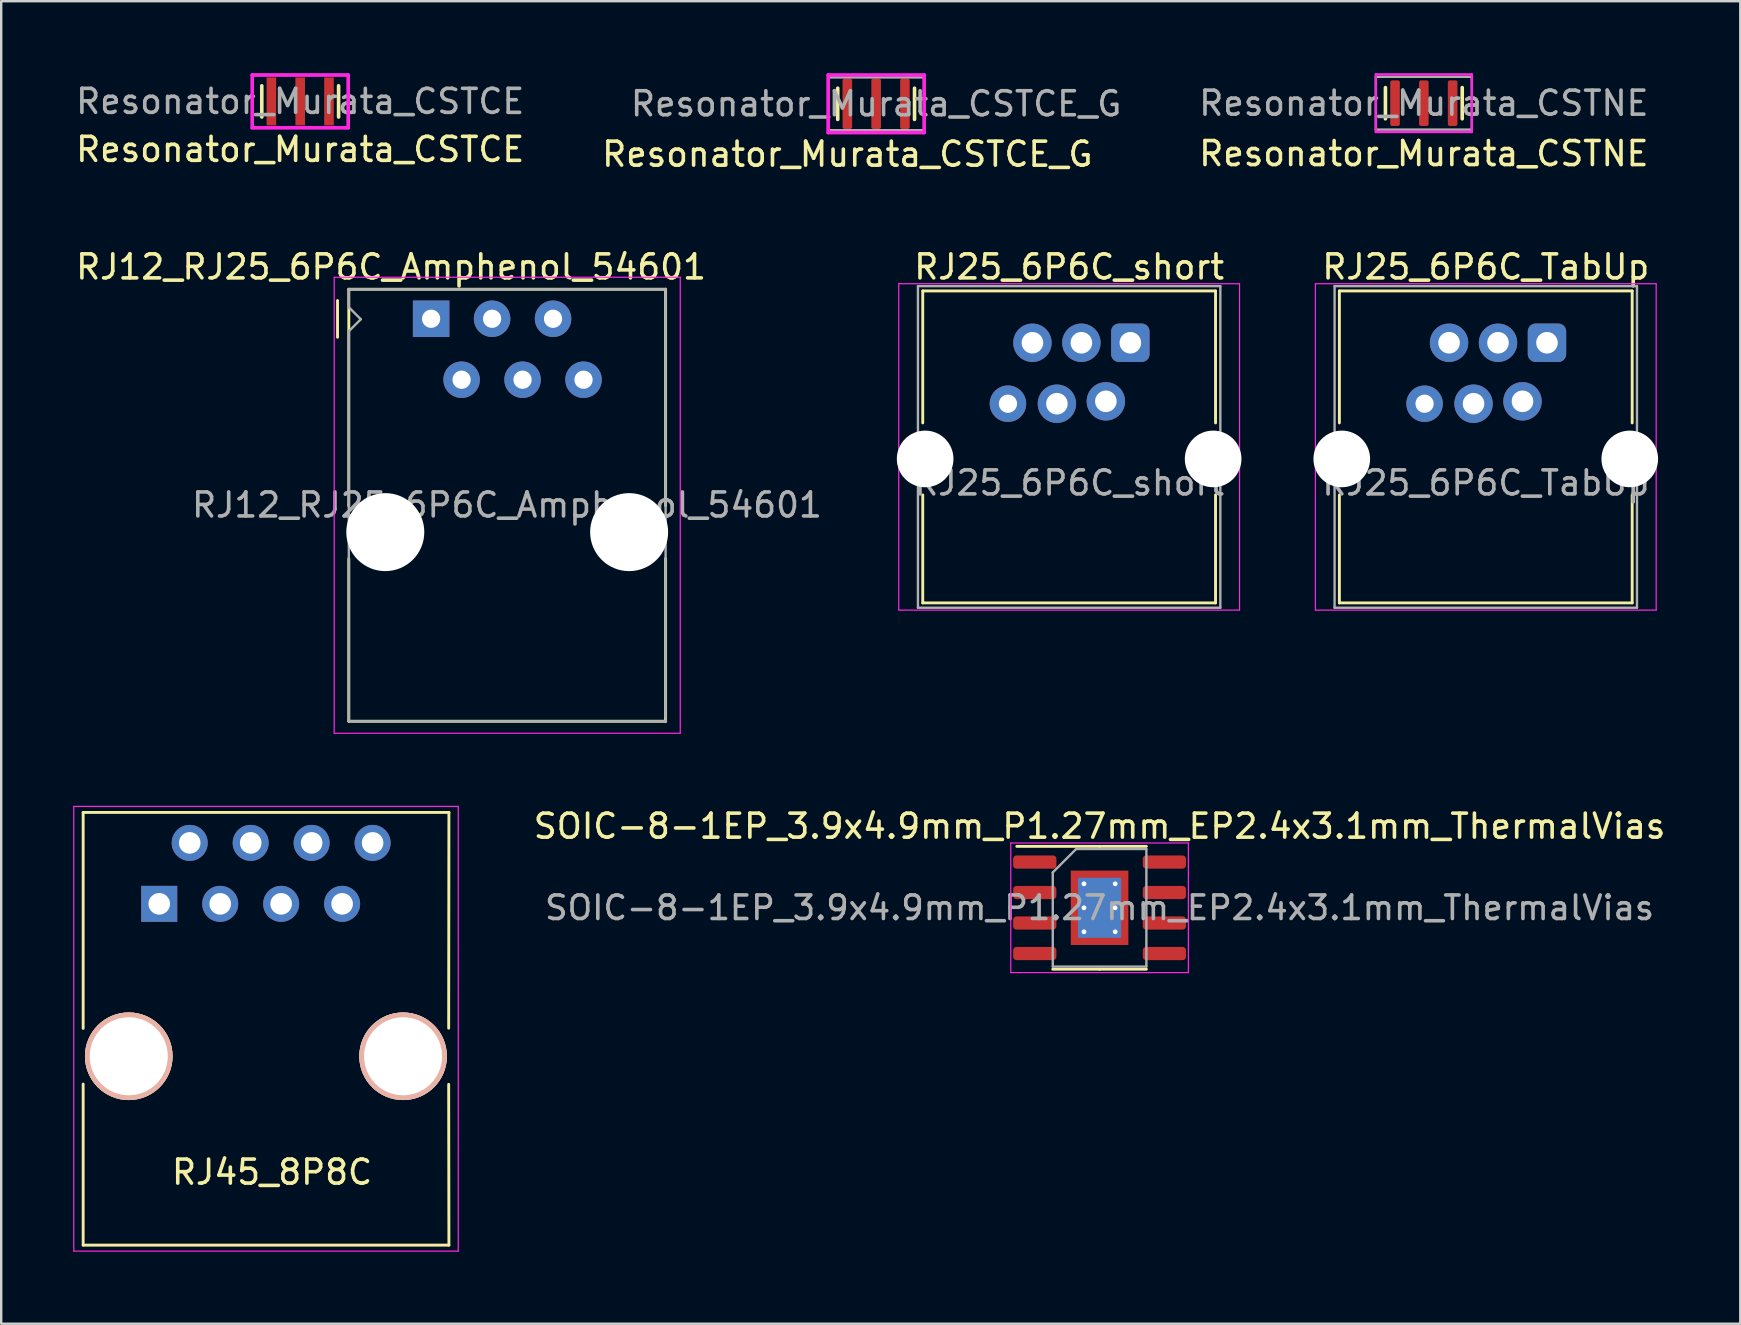
<source format=kicad_pcb>
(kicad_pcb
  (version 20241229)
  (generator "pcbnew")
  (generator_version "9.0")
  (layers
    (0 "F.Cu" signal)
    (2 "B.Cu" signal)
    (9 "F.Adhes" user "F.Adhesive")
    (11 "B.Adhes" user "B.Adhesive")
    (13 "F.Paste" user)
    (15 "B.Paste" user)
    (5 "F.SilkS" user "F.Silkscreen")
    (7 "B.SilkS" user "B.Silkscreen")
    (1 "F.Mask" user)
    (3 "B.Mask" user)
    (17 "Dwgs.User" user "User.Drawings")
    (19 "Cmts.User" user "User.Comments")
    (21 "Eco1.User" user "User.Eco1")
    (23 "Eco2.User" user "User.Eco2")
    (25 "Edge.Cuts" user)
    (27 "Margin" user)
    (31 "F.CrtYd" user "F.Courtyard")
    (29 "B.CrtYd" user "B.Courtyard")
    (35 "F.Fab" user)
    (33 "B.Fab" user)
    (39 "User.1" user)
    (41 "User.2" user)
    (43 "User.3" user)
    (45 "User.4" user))
  (footprint "Resonator_Murata_CSTNE"
    (layer "F.Cu")
    (at 56.277 1.25)
    (property "Reference" "Resonator_Murata_CSTNE" (at 0 2.1 0) (layer "F.SilkS") (effects (font (size 1 1) (thickness 0.15))))
    (attr through_hole)
    (fp_line (start -1.6 -0.65) (end -1.6 0.65) (stroke (width 0.15) (type solid)) (layer "F.SilkS"))
    (fp_line (start 1.6 -0.65) (end 1.6 0.65) (stroke (width 0.15) (type solid)) (layer "F.SilkS"))
    (fp_line (start -2 -1.2) (end 2 -1.2) (stroke (width 0.1) (type solid)) (layer "F.CrtYd"))
    (fp_line (start -2 1.2) (end -2 -1.2) (stroke (width 0.1) (type solid)) (layer "F.CrtYd"))
    (fp_line (start 2 -1.2) (end 2 1.2) (stroke (width 0.1) (type solid)) (layer "F.CrtYd"))
    (fp_line (start 2 1.2) (end -2 1.2) (stroke (width 0.1) (type solid)) (layer "F.CrtYd"))
    (fp_line (start -2 -1.1) (end 2 -1.1) (stroke (width 0.1) (type solid)) (layer "F.Fab"))
    (fp_line (start -2 1.1) (end -2 -1.1) (stroke (width 0.1) (type solid)) (layer "F.Fab"))
    (fp_line (start 2 -1.1) (end 2 1.1) (stroke (width 0.1) (type solid)) (layer "F.Fab"))
    (fp_line (start 2 1.1) (end -2 1.1) (stroke (width 0.1) (type solid)) (layer "F.Fab"))
    (fp_text user "${REFERENCE}" (at 0 0 0) (layer "F.Fab") (effects (font (size 1 1) (thickness 0.15))))
    (pad "1" smd roundrect (at -1.2 0) (size 0.4 1.9) (layers "F.Cu" "F.Mask" "F.Paste") (roundrect_rratio 0.2))
    (pad "2" smd roundrect (at 0 0) (size 0.4 1.9) (layers "F.Cu" "F.Mask" "F.Paste") (roundrect_rratio 0.2))
    (pad "3" smd roundrect (at 1.2 0) (size 0.4 1.9) (layers "F.Cu" "F.Mask" "F.Paste") (roundrect_rratio 0.2)))
  (footprint "RJ12_RJ25_6P6C_Amphenol_54601"
    (layer "F.Cu")
    (at 14.914 10.232)
    (property "Reference" "RJ12_RJ25_6P6C_Amphenol_54601" (at -1.67 -2.16 0) (layer "F.SilkS") (effects (font (size 1 1) (thickness 0.15))))
    (attr through_hole)
    (fp_line (start -3.9 0.77) (end -3.9 -0.76) (stroke (width 0.12) (type solid)) (layer "F.SilkS"))
    (fp_line (start -3.43 -1.23) (end 9.77 -1.23) (stroke (width 0.12) (type solid)) (layer "F.SilkS"))
    (fp_line (start -3.43 7.72) (end -3.43 7.79) (stroke (width 0.1) (type solid)) (layer "F.SilkS"))
    (fp_line (start -3.43 7.79) (end -3.43 -1.23) (stroke (width 0.12) (type solid)) (layer "F.SilkS"))
    (fp_line (start -3.43 16.77) (end -3.43 9.99) (stroke (width 0.12) (type solid)) (layer "F.SilkS"))
    (fp_line (start 9.77 -1.23) (end 9.77 7.79) (stroke (width 0.12) (type solid)) (layer "F.SilkS"))
    (fp_line (start 9.77 16.65) (end 9.77 16.77) (stroke (width 0.1) (type solid)) (layer "F.SilkS"))
    (fp_line (start 9.77 16.76) (end 9.77 16.77) (stroke (width 0.1) (type solid)) (layer "F.SilkS"))
    (fp_line (start 9.77 16.77) (end -3.43 16.77) (stroke (width 0.12) (type solid)) (layer "F.SilkS"))
    (fp_line (start 9.77 16.77) (end 9.77 9.99) (stroke (width 0.12) (type solid)) (layer "F.SilkS"))
    (fp_line (start -4.04 -1.73) (end 10.38 -1.73) (stroke (width 0.05) (type solid)) (layer "F.CrtYd"))
    (fp_line (start -4.04 17.27) (end -4.04 -1.73) (stroke (width 0.05) (type solid)) (layer "F.CrtYd"))
    (fp_line (start 10.38 -1.73) (end 10.38 17.27) (stroke (width 0.05) (type solid)) (layer "F.CrtYd"))
    (fp_line (start 10.38 17.27) (end -4.04 17.27) (stroke (width 0.05) (type solid)) (layer "F.CrtYd"))
    (fp_line (start -3.43 -1.23) (end 9.77 -1.23) (stroke (width 0.1) (type solid)) (layer "F.Fab"))
    (fp_line (start -3.43 -0.48) (end -3.43 -1.23) (stroke (width 0.1) (type solid)) (layer "F.Fab"))
    (fp_line (start -3.43 0.52) (end -2.93 0.02) (stroke (width 0.1) (type solid)) (layer "F.Fab"))
    (fp_line (start -3.43 16.77) (end -3.43 0.52) (stroke (width 0.1) (type solid)) (layer "F.Fab"))
    (fp_line (start -2.93 0.02) (end -3.43 -0.48) (stroke (width 0.1) (type solid)) (layer "F.Fab"))
    (fp_line (start 9.77 -1.23) (end 9.77 16.77) (stroke (width 0.1) (type solid)) (layer "F.Fab"))
    (fp_line (start 9.77 16.77) (end -3.43 16.77) (stroke (width 0.1) (type solid)) (layer "F.Fab"))
    (fp_text user "${REFERENCE}" (at 3.16 7.76 0) (layer "F.Fab") (effects (font (size 1 1) (thickness 0.15))))
    (pad "" np_thru_hole circle (at -1.91 8.89) (size 3.25 3.25) (drill 3.25) (layers "*.Cu" "*.Mask"))
    (pad "" np_thru_hole circle (at 8.25 8.89) (size 3.25 3.25) (drill 3.25) (layers "*.Cu" "*.Mask"))
    (pad "1" thru_hole rect (at 0 0) (size 1.52 1.52) (drill 0.76) (layers "*.Cu" "*.Mask"))
    (pad "2" thru_hole circle (at 1.27 2.54) (size 1.52 1.52) (drill 0.76) (layers "*.Cu" "*.Mask"))
    (pad "3" thru_hole circle (at 2.54 0) (size 1.52 1.52) (drill 0.76) (layers "*.Cu" "*.Mask"))
    (pad "4" thru_hole circle (at 3.81 2.54) (size 1.52 1.52) (drill 0.76) (layers "*.Cu" "*.Mask"))
    (pad "5" thru_hole circle (at 5.08 0) (size 1.52 1.52) (drill 0.76) (layers "*.Cu" "*.Mask"))
    (pad "6" thru_hole circle (at 6.35 2.54) (size 1.52 1.52) (drill 0.76) (layers "*.Cu" "*.Mask")))
  (footprint "RJ25_6P6C_TabUp"
    (layer "F.Cu")
    (at 58.858 16.072)
    (property "Reference" "RJ25_6P6C_TabUp" (at 0 -8 0) (layer "F.SilkS") (effects (font (size 1 1) (thickness 0.15))))
    (attr through_hole)
    (fp_line (start -6.1 -7) (end 6.1 -7) (stroke (width 0.12) (type solid)) (layer "F.SilkS"))
    (fp_line (start -6.1 -1.5) (end -6.1 -7) (stroke (width 0.12) (type solid)) (layer "F.SilkS"))
    (fp_line (start -6.1 6) (end -6.1 1.5) (stroke (width 0.12) (type solid)) (layer "F.SilkS"))
    (fp_line (start 6.1 -1.5) (end 6.1 -7) (stroke (width 0.12) (type solid)) (layer "F.SilkS"))
    (fp_line (start 6.1 1.5) (end 6.1 6) (stroke (width 0.12) (type solid)) (layer "F.SilkS"))
    (fp_line (start 6.1 6) (end -6.1 6) (stroke (width 0.12) (type solid)) (layer "F.SilkS"))
    (fp_line (start -7.1 -7.3) (end 7.1 -7.3) (stroke (width 0.05) (type solid)) (layer "F.CrtYd"))
    (fp_line (start -7.1 6.3) (end -7.1 -7.3) (stroke (width 0.05) (type solid)) (layer "F.CrtYd"))
    (fp_line (start 7.1 -7.3) (end 7.1 6.3) (stroke (width 0.05) (type solid)) (layer "F.CrtYd"))
    (fp_line (start 7.1 6.3) (end -7.1 6.3) (stroke (width 0.05) (type solid)) (layer "F.CrtYd"))
    (fp_line (start -6.3 -7.2) (end 6.3 -7.2) (stroke (width 0.1) (type solid)) (layer "F.Fab"))
    (fp_line (start -6.3 6.2) (end -6.3 -7.2) (stroke (width 0.1) (type solid)) (layer "F.Fab"))
    (fp_line (start 6.3 -7.2) (end 6.3 6.2) (stroke (width 0.1) (type solid)) (layer "F.Fab"))
    (fp_line (start 6.3 6.2) (end -6.3 6.2) (stroke (width 0.1) (type solid)) (layer "F.Fab"))
    (fp_text user "${REFERENCE}" (at 0 1 0) (layer "F.Fab") (effects (font (size 1 1) (thickness 0.15))))
    (pad "" np_thru_hole circle (at -6 0) (size 2.36 2.36) (drill 2.36) (layers "*.Cu" "*.Mask"))
    (pad "" np_thru_hole circle (at 6 0) (size 2.36 2.36) (drill 2.36) (layers "*.Cu" "*.Mask"))
    (pad "1" thru_hole roundrect (at 2.55 -4.84) (size 1.6 1.6) (drill 0.9) (layers "*.Cu" "*.Mask") (roundrect_rratio 0.2))
    (pad "2" thru_hole circle (at 1.53 -2.4) (size 1.6 1.6) (drill 0.9) (layers "*.Cu" "*.Mask"))
    (pad "3" thru_hole circle (at 0.51 -4.84) (size 1.6 1.6) (drill 0.9) (layers "*.Cu" "*.Mask"))
    (pad "4" thru_hole circle (at -0.51 -2.3) (size 1.6 1.6) (drill 0.9) (layers "*.Cu" "*.Mask"))
    (pad "5" thru_hole circle (at -1.53 -4.84) (size 1.6 1.6) (drill 0.9) (layers "*.Cu" "*.Mask"))
    (pad "6" thru_hole circle (at -2.55 -2.3) (size 1.52 1.52) (drill 0.76) (layers "*.Cu" "*.Mask")))
  (footprint "RJ45_8P8C"
    (placed yes)
    (layer "F.Cu")
    (at 8.03 37.151)
    (property "Reference" "RJ45_8P8C" (at 0.255 8.64 0) (layer "F.SilkS") (effects (font (size 1 1) (thickness 0.15))))
    (attr through_hole)
    (fp_line (start -7.615 -6.35) (end -7.615 2.65) (stroke (width 0.12) (type solid)) (layer "F.SilkS"))
    (fp_line (start -7.615 4.97) (end -7.615 11.68) (stroke (width 0.12) (type solid)) (layer "F.SilkS"))
    (fp_line (start -7.615 11.68) (end 7.625 11.68) (stroke (width 0.12) (type solid)) (layer "F.SilkS"))
    (fp_line (start 7.615 4.98) (end 7.625 11.68) (stroke (width 0.12) (type solid)) (layer "F.SilkS"))
    (fp_line (start 7.625 -6.35) (end -7.615 -6.35) (stroke (width 0.12) (type solid)) (layer "F.SilkS"))
    (fp_line (start 7.625 -6.35) (end 7.615 2.64) (stroke (width 0.12) (type solid)) (layer "F.SilkS"))
    (fp_line (start -8.005 -6.6) (end -8.005 11.93) (stroke (width 0.05) (type solid)) (layer "F.CrtYd"))
    (fp_line (start -8.005 -6.6) (end 8.015 -6.6) (stroke (width 0.05) (type solid)) (layer "F.CrtYd"))
    (fp_line (start 8.015 11.93) (end -8.005 11.93) (stroke (width 0.05) (type solid)) (layer "F.CrtYd"))
    (fp_line (start 8.015 11.93) (end 8.015 -6.6) (stroke (width 0.05) (type solid)) (layer "F.CrtYd"))
    (pad "" np_thru_hole circle (at -5.715 3.81) (size 3.65 3.65) (drill 3.25) (layers "*.Cu" "*.SilkS" "*.Mask"))
    (pad "" np_thru_hole circle (at 5.715 3.81) (size 3.65 3.65) (drill 3.25) (layers "*.Cu" "*.SilkS" "*.Mask"))
    (pad "1" thru_hole rect (at -4.445 -2.54) (size 1.5 1.5) (drill 0.9) (layers "*.Cu" "*.Mask"))
    (pad "2" thru_hole circle (at -3.175 -5.08) (size 1.5 1.5) (drill 0.9) (layers "*.Cu" "*.Mask"))
    (pad "3" thru_hole circle (at -1.905 -2.54) (size 1.5 1.5) (drill 0.9) (layers "*.Cu" "*.Mask"))
    (pad "4" thru_hole circle (at -0.635 -5.08) (size 1.5 1.5) (drill 0.9) (layers "*.Cu" "*.Mask"))
    (pad "5" thru_hole circle (at 0.635 -2.54) (size 1.5 1.5) (drill 0.9) (layers "*.Cu" "*.Mask"))
    (pad "6" thru_hole circle (at 1.905 -5.08) (size 1.5 1.5) (drill 0.9) (layers "*.Cu" "*.Mask"))
    (pad "7" thru_hole circle (at 3.175 -2.54) (size 1.5 1.5) (drill 0.9) (layers "*.Cu" "*.Mask"))
    (pad "8" thru_hole circle (at 4.445 -5.08) (size 1.5 1.5) (drill 0.9) (layers "*.Cu" "*.Mask")))
  (footprint "RJ25_6P6C_short"
    (layer "F.Cu")
    (at 41.498 16.072)
    (property "Reference" "RJ25_6P6C_short" (at 0 -8 0) (layer "F.SilkS") (effects (font (size 1 1) (thickness 0.15))))
    (attr through_hole)
    (fp_line (start -6.1 -7) (end 6.1 -7) (stroke (width 0.12) (type solid)) (layer "F.SilkS"))
    (fp_line (start -6.1 -1.5) (end -6.1 -7) (stroke (width 0.12) (type solid)) (layer "F.SilkS"))
    (fp_line (start -6.1 6) (end -6.1 1.5) (stroke (width 0.12) (type solid)) (layer "F.SilkS"))
    (fp_line (start 6.1 -1.5) (end 6.1 -7) (stroke (width 0.12) (type solid)) (layer "F.SilkS"))
    (fp_line (start 6.1 1.5) (end 6.1 6) (stroke (width 0.12) (type solid)) (layer "F.SilkS"))
    (fp_line (start 6.1 6) (end -6.1 6) (stroke (width 0.12) (type solid)) (layer "F.SilkS"))
    (fp_line (start -7.1 -7.3) (end 7.1 -7.3) (stroke (width 0.05) (type solid)) (layer "F.CrtYd"))
    (fp_line (start -7.1 6.3) (end -7.1 -7.3) (stroke (width 0.05) (type solid)) (layer "F.CrtYd"))
    (fp_line (start 7.1 -7.3) (end 7.1 6.3) (stroke (width 0.05) (type solid)) (layer "F.CrtYd"))
    (fp_line (start 7.1 6.3) (end -7.1 6.3) (stroke (width 0.05) (type solid)) (layer "F.CrtYd"))
    (fp_line (start -6.3 -7.2) (end 6.3 -7.2) (stroke (width 0.1) (type solid)) (layer "F.Fab"))
    (fp_line (start -6.3 6.2) (end -6.3 -7.2) (stroke (width 0.1) (type solid)) (layer "F.Fab"))
    (fp_line (start 6.3 -7.2) (end 6.3 6.2) (stroke (width 0.1) (type solid)) (layer "F.Fab"))
    (fp_line (start 6.3 6.2) (end -6.3 6.2) (stroke (width 0.1) (type solid)) (layer "F.Fab"))
    (fp_text user "${REFERENCE}" (at 0 1 0) (layer "F.Fab") (effects (font (size 1 1) (thickness 0.15))))
    (pad "" np_thru_hole circle (at -6 0) (size 2.36 2.36) (drill 2.36) (layers "*.Cu" "*.Mask"))
    (pad "" np_thru_hole circle (at 6 0) (size 2.36 2.36) (drill 2.36) (layers "*.Cu" "*.Mask"))
    (pad "1" thru_hole roundrect (at 2.55 -4.84) (size 1.6 1.6) (drill 0.9) (layers "*.Cu" "*.Mask") (roundrect_rratio 0.2))
    (pad "2" thru_hole circle (at 1.53 -2.4) (size 1.6 1.6) (drill 0.9) (layers "*.Cu" "*.Mask"))
    (pad "3" thru_hole circle (at 0.51 -4.84) (size 1.6 1.6) (drill 0.9) (layers "*.Cu" "*.Mask"))
    (pad "4" thru_hole circle (at -0.51 -2.3) (size 1.6 1.6) (drill 0.9) (layers "*.Cu" "*.Mask"))
    (pad "5" thru_hole circle (at -1.53 -4.84) (size 1.6 1.6) (drill 0.9) (layers "*.Cu" "*.Mask"))
    (pad "6" thru_hole circle (at -2.55 -2.3) (size 1.52 1.52) (drill 0.76) (layers "*.Cu" "*.Mask")))
  (footprint "SOIC-8-1EP_3.9x4.9mm_P1.27mm_EP2.4x3.1mm_ThermalVias"
    (layer "F.Cu")
    (at 42.766 34.775)
    (property "Reference" "SOIC-8-1EP_3.9x4.9mm_P1.27mm_EP2.4x3.1mm_ThermalVias" (at 0 -3.4 0) (layer "F.SilkS") (effects (font (size 1 1) (thickness 0.15))))
    (attr smd)
    (fp_line (start 0 -2.56) (end -3.45 -2.56) (stroke (width 0.12) (type solid)) (layer "F.SilkS"))
    (fp_line (start 0 -2.56) (end 1.95 -2.56) (stroke (width 0.12) (type solid)) (layer "F.SilkS"))
    (fp_line (start 0 2.56) (end -1.95 2.56) (stroke (width 0.12) (type solid)) (layer "F.SilkS"))
    (fp_line (start 0 2.56) (end 1.95 2.56) (stroke (width 0.12) (type solid)) (layer "F.SilkS"))
    (fp_line (start -3.7 -2.7) (end -3.7 2.7) (stroke (width 0.05) (type solid)) (layer "F.CrtYd"))
    (fp_line (start -3.7 2.7) (end 3.7 2.7) (stroke (width 0.05) (type solid)) (layer "F.CrtYd"))
    (fp_line (start 3.7 -2.7) (end -3.7 -2.7) (stroke (width 0.05) (type solid)) (layer "F.CrtYd"))
    (fp_line (start 3.7 2.7) (end 3.7 -2.7) (stroke (width 0.05) (type solid)) (layer "F.CrtYd"))
    (fp_line (start -1.95 -1.475) (end -0.975 -2.45) (stroke (width 0.1) (type solid)) (layer "F.Fab"))
    (fp_line (start -1.95 2.45) (end -1.95 -1.475) (stroke (width 0.1) (type solid)) (layer "F.Fab"))
    (fp_line (start -0.975 -2.45) (end 1.95 -2.45) (stroke (width 0.1) (type solid)) (layer "F.Fab"))
    (fp_line (start 1.95 -2.45) (end 1.95 2.45) (stroke (width 0.1) (type solid)) (layer "F.Fab"))
    (fp_line (start 1.95 2.45) (end -1.95 2.45) (stroke (width 0.1) (type solid)) (layer "F.Fab"))
    (fp_text user "${REFERENCE}" (at 0 0 0) (layer "F.Fab") (effects (font (size 0.98 0.98) (thickness 0.15))))
    (pad "" smd roundrect (at -0.57 -0.75) (size 0.96 1.25) (layers "F.Paste") (roundrect_rratio 0.25))
    (pad "" smd roundrect (at -0.57 0.75) (size 0.96 1.25) (layers "F.Paste") (roundrect_rratio 0.25))
    (pad "" smd roundrect (at 0.57 -0.75) (size 0.96 1.25) (layers "F.Paste") (roundrect_rratio 0.25))
    (pad "" smd roundrect (at 0.57 0.75) (size 0.96 1.25) (layers "F.Paste") (roundrect_rratio 0.25))
    (pad "1" smd roundrect (at -2.7 -1.905) (size 1.8 0.55) (layers "F.Cu" "F.Mask" "F.Paste") (roundrect_rratio 0.25))
    (pad "2" smd roundrect (at -2.7 -0.635) (size 1.8 0.55) (layers "F.Cu" "F.Mask" "F.Paste") (roundrect_rratio 0.25))
    (pad "3" smd roundrect (at -2.7 0.635) (size 1.8 0.55) (layers "F.Cu" "F.Mask" "F.Paste") (roundrect_rratio 0.25))
    (pad "4" smd roundrect (at -2.7 1.905) (size 1.8 0.55) (layers "F.Cu" "F.Mask" "F.Paste") (roundrect_rratio 0.25))
    (pad "5" smd roundrect (at 2.7 1.905) (size 1.8 0.55) (layers "F.Cu" "F.Mask" "F.Paste") (roundrect_rratio 0.25))
    (pad "6" smd roundrect (at 2.7 0.635) (size 1.8 0.55) (layers "F.Cu" "F.Mask" "F.Paste") (roundrect_rratio 0.25))
    (pad "7" smd roundrect (at 2.7 -0.635) (size 1.8 0.55) (layers "F.Cu" "F.Mask" "F.Paste") (roundrect_rratio 0.25))
    (pad "8" smd roundrect (at 2.7 -1.905) (size 1.8 0.55) (layers "F.Cu" "F.Mask" "F.Paste") (roundrect_rratio 0.25))
    (pad "9" thru_hole circle (at -0.65 -1) (size 0.5 0.5) (drill 0.2) (layers "*.Cu"))
    (pad "9" thru_hole circle (at -0.65 0) (size 0.5 0.5) (drill 0.2) (layers "*.Cu"))
    (pad "9" thru_hole circle (at -0.65 1) (size 0.5 0.5) (drill 0.2) (layers "*.Cu"))
    (pad "9" smd rect (at 0 0) (size 1.8 2.5) (layers "B.Cu"))
    (pad "9" smd rect (at 0 0) (size 2.4 3.1) (layers "F.Cu" "F.Mask"))
    (pad "9" thru_hole circle (at 0.65 -1) (size 0.5 0.5) (drill 0.2) (layers "*.Cu"))
    (pad "9" thru_hole circle (at 0.65 0) (size 0.5 0.5) (drill 0.2) (layers "*.Cu"))
    (pad "9" thru_hole circle (at 0.65 1) (size 0.5 0.5) (drill 0.2) (layers "*.Cu")))
  (footprint "Resonator_Murata_CSTCE"
    (layer "F.Cu")
    (at 9.458 1.175)
    (property "Reference" "Resonator_Murata_CSTCE" (at 0 2 0) (layer "F.SilkS") (effects (font (size 1 1) (thickness 0.15))))
    (attr through_hole)
    (fp_line (start -1.6 -0.65) (end -1.6 0.65) (stroke (width 0.15) (type solid)) (layer "F.SilkS"))
    (fp_line (start 1.6 -0.65) (end 1.6 0.65) (stroke (width 0.15) (type solid)) (layer "F.SilkS"))
    (fp_line (start -2 -1.1) (end 2 -1.1) (stroke (width 0.15) (type solid)) (layer "F.CrtYd"))
    (fp_line (start -2 1.1) (end -2 -1.1) (stroke (width 0.15) (type solid)) (layer "F.CrtYd"))
    (fp_line (start 2 -1.1) (end 2 1.1) (stroke (width 0.15) (type solid)) (layer "F.CrtYd"))
    (fp_line (start 2 1.1) (end -2 1.1) (stroke (width 0.15) (type solid)) (layer "F.CrtYd"))
    (fp_line (start -2 -1.1) (end 2 -1.1) (stroke (width 0.1) (type solid)) (layer "F.Fab"))
    (fp_line (start -2 1.1) (end -2 -1.1) (stroke (width 0.1) (type solid)) (layer "F.Fab"))
    (fp_line (start 2 -1.1) (end 2 1.1) (stroke (width 0.1) (type solid)) (layer "F.Fab"))
    (fp_line (start 2 1.1) (end -2 1.1) (stroke (width 0.1) (type solid)) (layer "F.Fab"))
    (fp_text user "${REFERENCE}" (at 0 0 0) (layer "F.Fab") (effects (font (size 1 1) (thickness 0.15))))
    (pad "1" smd rect (at -1.2 0) (size 0.4 2) (layers "F.Cu" "F.Mask" "F.Paste"))
    (pad "2" smd rect (at 1.2 0) (size 0.4 2) (layers "F.Cu" "F.Mask" "F.Paste"))
    (pad "3" smd rect (at 0 0) (size 0.4 2) (layers "F.Cu" "F.Mask" "F.Paste")))
  (footprint "Resonator_Murata_CSTCE_G"
    (layer "F.Cu")
    (at 33.456 1.275)
    (property "Reference" "Resonator_Murata_CSTCE_G" (at -1.2 2.1 0) (layer "F.SilkS") (effects (font (size 1 1) (thickness 0.15))))
    (attr through_hole)
    (fp_line (start -1.6 -0.65) (end -1.6 0.65) (stroke (width 0.15) (type solid)) (layer "F.SilkS"))
    (fp_line (start 1.6 -0.65) (end 1.6 0.65) (stroke (width 0.15) (type solid)) (layer "F.SilkS"))
    (fp_line (start -2 -1.2) (end 2 -1.2) (stroke (width 0.15) (type solid)) (layer "F.CrtYd"))
    (fp_line (start -2 1.2) (end -2 -1.2) (stroke (width 0.15) (type solid)) (layer "F.CrtYd"))
    (fp_line (start 2 -1.2) (end 2 1.2) (stroke (width 0.15) (type solid)) (layer "F.CrtYd"))
    (fp_line (start 2 1.2) (end -2 1.2) (stroke (width 0.15) (type solid)) (layer "F.CrtYd"))
    (fp_line (start -2 -1.1) (end 2 -1.1) (stroke (width 0.1) (type solid)) (layer "F.Fab"))
    (fp_line (start -2 1.1) (end -2 -1.1) (stroke (width 0.1) (type solid)) (layer "F.Fab"))
    (fp_line (start 2 -1.1) (end 2 1.1) (stroke (width 0.1) (type solid)) (layer "F.Fab"))
    (fp_line (start 2 1.1) (end -2 1.1) (stroke (width 0.1) (type solid)) (layer "F.Fab"))
    (fp_text user "${REFERENCE}" (at 0 0 0) (layer "F.Fab") (effects (font (size 1 1) (thickness 0.15))))
    (pad "1" smd roundrect (at -1.2 0) (size 0.4 2.1) (layers "F.Cu" "F.Mask" "F.Paste") (roundrect_rratio 0.2))
    (pad "2" smd roundrect (at 0 0) (size 0.4 2.1) (layers "F.Cu" "F.Mask" "F.Paste") (roundrect_rratio 0.2))
    (pad "3" smd roundrect (at 1.2 0) (size 0.4 2.1) (layers "F.Cu" "F.Mask" "F.Paste") (roundrect_rratio 0.2)))
  (gr_rect
    (start -3 -3)
    (end 69.463 52.106)
    (stroke (width 0.1) (type default))
    (fill no)
    (layer "Edge.Cuts")))
</source>
